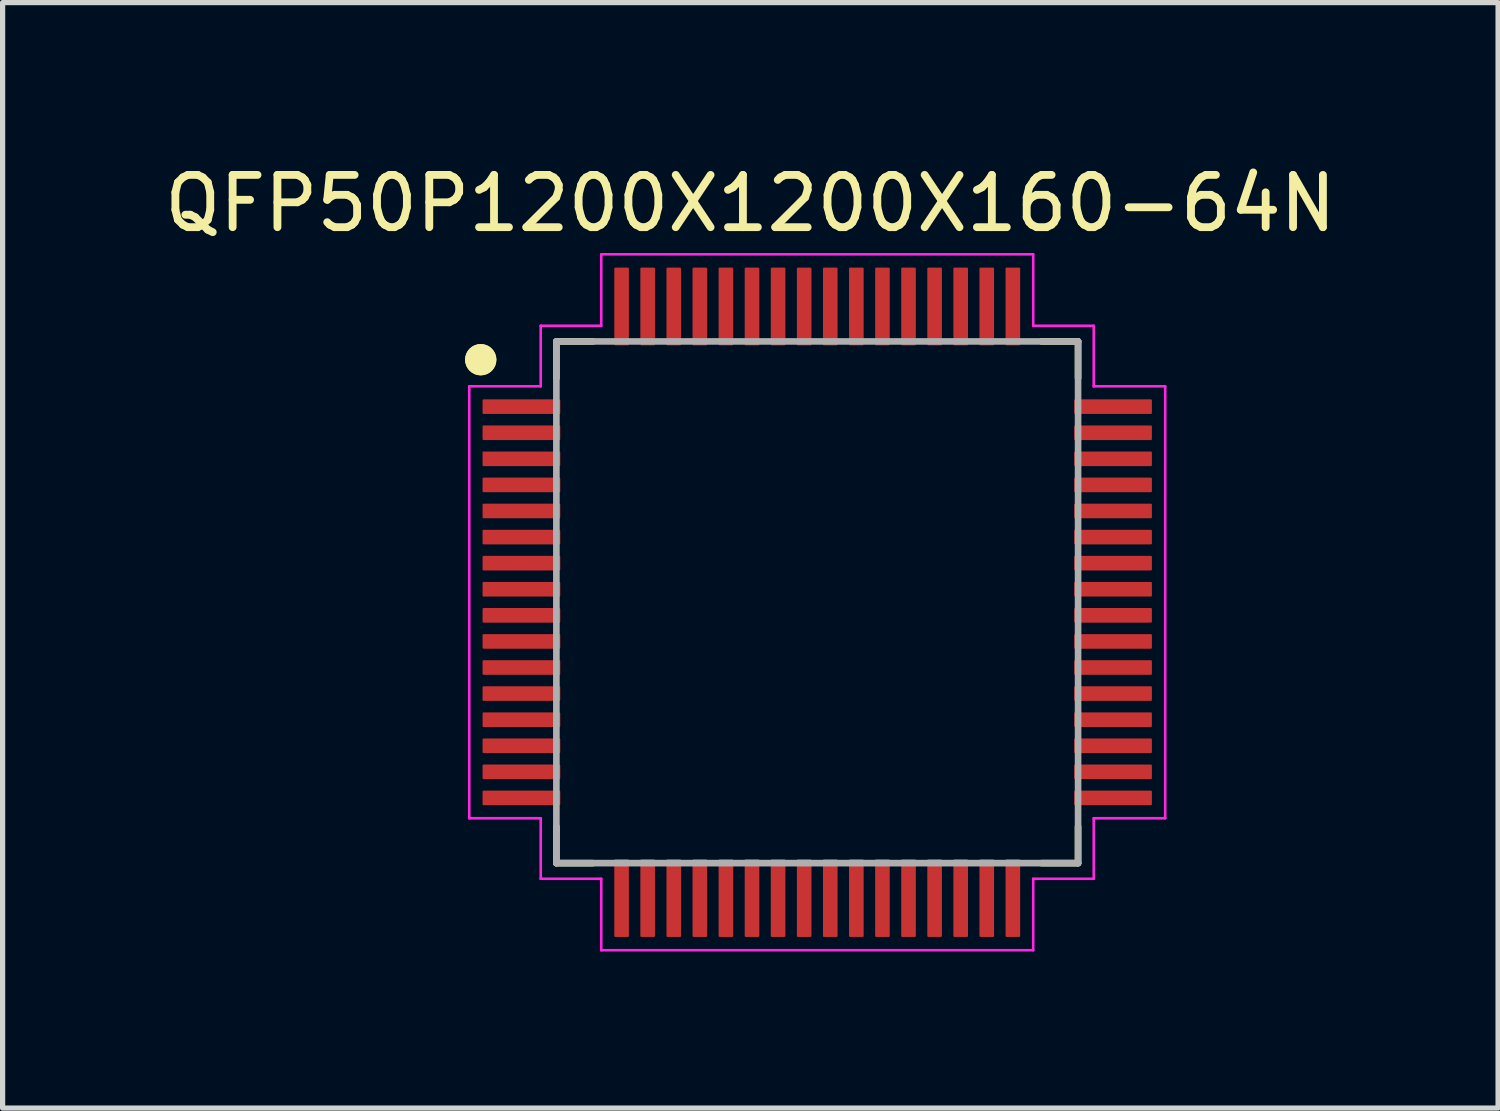
<source format=kicad_pcb>
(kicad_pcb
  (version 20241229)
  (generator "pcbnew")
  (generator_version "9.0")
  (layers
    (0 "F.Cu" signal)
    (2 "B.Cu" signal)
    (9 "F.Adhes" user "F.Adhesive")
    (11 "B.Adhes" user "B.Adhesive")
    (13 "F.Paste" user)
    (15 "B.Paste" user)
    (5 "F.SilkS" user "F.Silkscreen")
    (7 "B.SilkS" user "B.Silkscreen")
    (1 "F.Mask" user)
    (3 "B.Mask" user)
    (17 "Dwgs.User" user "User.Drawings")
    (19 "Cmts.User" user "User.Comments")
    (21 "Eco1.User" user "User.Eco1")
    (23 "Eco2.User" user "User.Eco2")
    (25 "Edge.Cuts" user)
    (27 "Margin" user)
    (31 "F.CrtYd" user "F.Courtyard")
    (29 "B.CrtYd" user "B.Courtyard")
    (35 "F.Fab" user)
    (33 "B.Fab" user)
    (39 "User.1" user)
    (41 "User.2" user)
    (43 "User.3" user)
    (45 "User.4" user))
  (footprint "QFP50P1200X1200X160-64N"
    (layer "F.Cu")
    (at 12.615 8.495)
    (property "Reference" "QFP50P1200X1200X160-64N" (at -1.281 -7.646 0) (layer "F.SilkS") (effects (font (size 1.002 1.002) (thickness 0.15))))
    (attr smd)
    (fp_line (start -5 -5) (end -5 -4.3) (stroke (width 0.127) (type solid)) (layer "F.SilkS"))
    (fp_line (start -5 4.3) (end -5 5) (stroke (width 0.127) (type solid)) (layer "F.SilkS"))
    (fp_line (start -5 5) (end -4.3 5) (stroke (width 0.127) (type solid)) (layer "F.SilkS"))
    (fp_line (start -4.3 -5) (end -5 -5) (stroke (width 0.127) (type solid)) (layer "F.SilkS"))
    (fp_line (start 4.3 -5) (end 5 -5) (stroke (width 0.127) (type solid)) (layer "F.SilkS"))
    (fp_line (start 5 -5) (end 5 -4.3) (stroke (width 0.127) (type solid)) (layer "F.SilkS"))
    (fp_line (start 5 4.3) (end 5 5) (stroke (width 0.127) (type solid)) (layer "F.SilkS"))
    (fp_line (start 5 5) (end 4.3 5) (stroke (width 0.127) (type solid)) (layer "F.SilkS"))
    (fp_circle (center -6.45 -4.65) (end -6.4 -4.65) (stroke (width 0.127) (type solid)) (fill no) (layer "F.SilkS"))
    (fp_circle (center -6.45 -4.65) (end -6.3 -4.65) (stroke (width 0.3) (type solid)) (fill no) (layer "F.SilkS"))
    (fp_circle (center -6.45 -4.65) (end -6.3 -4.65) (stroke (width 0.3) (type solid)) (fill no) (layer "F.SilkS"))
    (fp_line (start -6.67 -4.14) (end -5.3 -4.14) (stroke (width 0.05) (type solid)) (layer "F.CrtYd"))
    (fp_line (start -6.67 4.14) (end -6.67 -4.14) (stroke (width 0.05) (type solid)) (layer "F.CrtYd"))
    (fp_line (start -5.3 -5.3) (end -4.14 -5.3) (stroke (width 0.05) (type solid)) (layer "F.CrtYd"))
    (fp_line (start -5.3 -4.14) (end -5.3 -5.3) (stroke (width 0.05) (type solid)) (layer "F.CrtYd"))
    (fp_line (start -5.3 4.14) (end -6.67 4.14) (stroke (width 0.05) (type solid)) (layer "F.CrtYd"))
    (fp_line (start -5.3 5.3) (end -5.3 4.14) (stroke (width 0.05) (type solid)) (layer "F.CrtYd"))
    (fp_line (start -4.14 -6.67) (end 4.14 -6.67) (stroke (width 0.05) (type solid)) (layer "F.CrtYd"))
    (fp_line (start -4.14 -5.3) (end -4.14 -6.67) (stroke (width 0.05) (type solid)) (layer "F.CrtYd"))
    (fp_line (start -4.14 5.3) (end -5.3 5.3) (stroke (width 0.05) (type solid)) (layer "F.CrtYd"))
    (fp_line (start -4.14 6.67) (end -4.14 5.3) (stroke (width 0.05) (type solid)) (layer "F.CrtYd"))
    (fp_line (start 4.14 -6.67) (end 4.14 -5.3) (stroke (width 0.05) (type solid)) (layer "F.CrtYd"))
    (fp_line (start 4.14 -5.3) (end 5.3 -5.3) (stroke (width 0.05) (type solid)) (layer "F.CrtYd"))
    (fp_line (start 4.14 5.3) (end 4.14 6.67) (stroke (width 0.05) (type solid)) (layer "F.CrtYd"))
    (fp_line (start 4.14 6.67) (end -4.14 6.67) (stroke (width 0.05) (type solid)) (layer "F.CrtYd"))
    (fp_line (start 5.3 -5.3) (end 5.3 -4.14) (stroke (width 0.05) (type solid)) (layer "F.CrtYd"))
    (fp_line (start 5.3 -4.14) (end 6.67 -4.14) (stroke (width 0.05) (type solid)) (layer "F.CrtYd"))
    (fp_line (start 5.3 4.14) (end 5.3 5.3) (stroke (width 0.05) (type solid)) (layer "F.CrtYd"))
    (fp_line (start 5.3 5.3) (end 4.14 5.3) (stroke (width 0.05) (type solid)) (layer "F.CrtYd"))
    (fp_line (start 6.67 -4.14) (end 6.67 4.14) (stroke (width 0.05) (type solid)) (layer "F.CrtYd"))
    (fp_line (start 6.67 4.14) (end 5.3 4.14) (stroke (width 0.05) (type solid)) (layer "F.CrtYd"))
    (fp_line (start -5 -5) (end 5 -5) (stroke (width 0.127) (type solid)) (layer "F.Fab"))
    (fp_line (start -5 5) (end -5 -5) (stroke (width 0.127) (type solid)) (layer "F.Fab"))
    (fp_line (start 5 -5) (end 5 5) (stroke (width 0.127) (type solid)) (layer "F.Fab"))
    (fp_line (start 5 5) (end -5 5) (stroke (width 0.127) (type solid)) (layer "F.Fab"))
    (pad "1" smd roundrect (at -5.67 -3.75) (size 1.49 0.28) (layers "F.Cu" "F.Mask" "F.Paste") (roundrect_rratio 0.07))
    (pad "2" smd roundrect (at -5.67 -3.25) (size 1.49 0.28) (layers "F.Cu" "F.Mask" "F.Paste") (roundrect_rratio 0.07))
    (pad "3" smd roundrect (at -5.67 -2.75) (size 1.49 0.28) (layers "F.Cu" "F.Mask" "F.Paste") (roundrect_rratio 0.07))
    (pad "4" smd roundrect (at -5.67 -2.25) (size 1.49 0.28) (layers "F.Cu" "F.Mask" "F.Paste") (roundrect_rratio 0.07))
    (pad "5" smd roundrect (at -5.67 -1.75) (size 1.49 0.28) (layers "F.Cu" "F.Mask" "F.Paste") (roundrect_rratio 0.07))
    (pad "6" smd roundrect (at -5.67 -1.25) (size 1.49 0.28) (layers "F.Cu" "F.Mask" "F.Paste") (roundrect_rratio 0.07))
    (pad "7" smd roundrect (at -5.67 -0.75) (size 1.49 0.28) (layers "F.Cu" "F.Mask" "F.Paste") (roundrect_rratio 0.07))
    (pad "8" smd roundrect (at -5.67 -0.25) (size 1.49 0.28) (layers "F.Cu" "F.Mask" "F.Paste") (roundrect_rratio 0.07))
    (pad "9" smd roundrect (at -5.67 0.25) (size 1.49 0.28) (layers "F.Cu" "F.Mask" "F.Paste") (roundrect_rratio 0.07))
    (pad "10" smd roundrect (at -5.67 0.75) (size 1.49 0.28) (layers "F.Cu" "F.Mask" "F.Paste") (roundrect_rratio 0.07))
    (pad "11" smd roundrect (at -5.67 1.25) (size 1.49 0.28) (layers "F.Cu" "F.Mask" "F.Paste") (roundrect_rratio 0.07))
    (pad "12" smd roundrect (at -5.67 1.75) (size 1.49 0.28) (layers "F.Cu" "F.Mask" "F.Paste") (roundrect_rratio 0.07))
    (pad "13" smd roundrect (at -5.67 2.25) (size 1.49 0.28) (layers "F.Cu" "F.Mask" "F.Paste") (roundrect_rratio 0.07))
    (pad "14" smd roundrect (at -5.67 2.75) (size 1.49 0.28) (layers "F.Cu" "F.Mask" "F.Paste") (roundrect_rratio 0.07))
    (pad "15" smd roundrect (at -5.67 3.25) (size 1.49 0.28) (layers "F.Cu" "F.Mask" "F.Paste") (roundrect_rratio 0.07))
    (pad "16" smd roundrect (at -5.67 3.75) (size 1.49 0.28) (layers "F.Cu" "F.Mask" "F.Paste") (roundrect_rratio 0.07))
    (pad "17" smd roundrect (at -3.75 5.67 90) (size 1.49 0.28) (layers "F.Cu" "F.Mask" "F.Paste") (roundrect_rratio 0.07))
    (pad "18" smd roundrect (at -3.25 5.67 90) (size 1.49 0.28) (layers "F.Cu" "F.Mask" "F.Paste") (roundrect_rratio 0.07))
    (pad "19" smd roundrect (at -2.75 5.67 90) (size 1.49 0.28) (layers "F.Cu" "F.Mask" "F.Paste") (roundrect_rratio 0.07))
    (pad "20" smd roundrect (at -2.25 5.67 90) (size 1.49 0.28) (layers "F.Cu" "F.Mask" "F.Paste") (roundrect_rratio 0.07))
    (pad "21" smd roundrect (at -1.75 5.67 90) (size 1.49 0.28) (layers "F.Cu" "F.Mask" "F.Paste") (roundrect_rratio 0.07))
    (pad "22" smd roundrect (at -1.25 5.67 90) (size 1.49 0.28) (layers "F.Cu" "F.Mask" "F.Paste") (roundrect_rratio 0.07))
    (pad "23" smd roundrect (at -0.75 5.67 90) (size 1.49 0.28) (layers "F.Cu" "F.Mask" "F.Paste") (roundrect_rratio 0.07))
    (pad "24" smd roundrect (at -0.25 5.67 90) (size 1.49 0.28) (layers "F.Cu" "F.Mask" "F.Paste") (roundrect_rratio 0.07))
    (pad "25" smd roundrect (at 0.25 5.67 90) (size 1.49 0.28) (layers "F.Cu" "F.Mask" "F.Paste") (roundrect_rratio 0.07))
    (pad "26" smd roundrect (at 0.75 5.67 90) (size 1.49 0.28) (layers "F.Cu" "F.Mask" "F.Paste") (roundrect_rratio 0.07))
    (pad "27" smd roundrect (at 1.25 5.67 90) (size 1.49 0.28) (layers "F.Cu" "F.Mask" "F.Paste") (roundrect_rratio 0.07))
    (pad "28" smd roundrect (at 1.75 5.67 90) (size 1.49 0.28) (layers "F.Cu" "F.Mask" "F.Paste") (roundrect_rratio 0.07))
    (pad "29" smd roundrect (at 2.25 5.67 90) (size 1.49 0.28) (layers "F.Cu" "F.Mask" "F.Paste") (roundrect_rratio 0.07))
    (pad "30" smd roundrect (at 2.75 5.67 90) (size 1.49 0.28) (layers "F.Cu" "F.Mask" "F.Paste") (roundrect_rratio 0.07))
    (pad "31" smd roundrect (at 3.25 5.67 90) (size 1.49 0.28) (layers "F.Cu" "F.Mask" "F.Paste") (roundrect_rratio 0.07))
    (pad "32" smd roundrect (at 3.75 5.67 90) (size 1.49 0.28) (layers "F.Cu" "F.Mask" "F.Paste") (roundrect_rratio 0.07))
    (pad "33" smd roundrect (at 5.67 3.75 180) (size 1.49 0.28) (layers "F.Cu" "F.Mask" "F.Paste") (roundrect_rratio 0.07))
    (pad "34" smd roundrect (at 5.67 3.25 180) (size 1.49 0.28) (layers "F.Cu" "F.Mask" "F.Paste") (roundrect_rratio 0.07))
    (pad "35" smd roundrect (at 5.67 2.75 180) (size 1.49 0.28) (layers "F.Cu" "F.Mask" "F.Paste") (roundrect_rratio 0.07))
    (pad "36" smd roundrect (at 5.67 2.25 180) (size 1.49 0.28) (layers "F.Cu" "F.Mask" "F.Paste") (roundrect_rratio 0.07))
    (pad "37" smd roundrect (at 5.67 1.75 180) (size 1.49 0.28) (layers "F.Cu" "F.Mask" "F.Paste") (roundrect_rratio 0.07))
    (pad "38" smd roundrect (at 5.67 1.25 180) (size 1.49 0.28) (layers "F.Cu" "F.Mask" "F.Paste") (roundrect_rratio 0.07))
    (pad "39" smd roundrect (at 5.67 0.75 180) (size 1.49 0.28) (layers "F.Cu" "F.Mask" "F.Paste") (roundrect_rratio 0.07))
    (pad "40" smd roundrect (at 5.67 0.25 180) (size 1.49 0.28) (layers "F.Cu" "F.Mask" "F.Paste") (roundrect_rratio 0.07))
    (pad "41" smd roundrect (at 5.67 -0.25 180) (size 1.49 0.28) (layers "F.Cu" "F.Mask" "F.Paste") (roundrect_rratio 0.07))
    (pad "42" smd roundrect (at 5.67 -0.75 180) (size 1.49 0.28) (layers "F.Cu" "F.Mask" "F.Paste") (roundrect_rratio 0.07))
    (pad "43" smd roundrect (at 5.67 -1.25 180) (size 1.49 0.28) (layers "F.Cu" "F.Mask" "F.Paste") (roundrect_rratio 0.07))
    (pad "44" smd roundrect (at 5.67 -1.75 180) (size 1.49 0.28) (layers "F.Cu" "F.Mask" "F.Paste") (roundrect_rratio 0.07))
    (pad "45" smd roundrect (at 5.67 -2.25 180) (size 1.49 0.28) (layers "F.Cu" "F.Mask" "F.Paste") (roundrect_rratio 0.07))
    (pad "46" smd roundrect (at 5.67 -2.75 180) (size 1.49 0.28) (layers "F.Cu" "F.Mask" "F.Paste") (roundrect_rratio 0.07))
    (pad "47" smd roundrect (at 5.67 -3.25 180) (size 1.49 0.28) (layers "F.Cu" "F.Mask" "F.Paste") (roundrect_rratio 0.07))
    (pad "48" smd roundrect (at 5.67 -3.75 180) (size 1.49 0.28) (layers "F.Cu" "F.Mask" "F.Paste") (roundrect_rratio 0.07))
    (pad "49" smd roundrect (at 3.75 -5.67 90) (size 1.49 0.28) (layers "F.Cu" "F.Mask" "F.Paste") (roundrect_rratio 0.07))
    (pad "50" smd roundrect (at 3.25 -5.67 90) (size 1.49 0.28) (layers "F.Cu" "F.Mask" "F.Paste") (roundrect_rratio 0.07))
    (pad "51" smd roundrect (at 2.75 -5.67 90) (size 1.49 0.28) (layers "F.Cu" "F.Mask" "F.Paste") (roundrect_rratio 0.07))
    (pad "52" smd roundrect (at 2.25 -5.67 90) (size 1.49 0.28) (layers "F.Cu" "F.Mask" "F.Paste") (roundrect_rratio 0.07))
    (pad "53" smd roundrect (at 1.75 -5.67 90) (size 1.49 0.28) (layers "F.Cu" "F.Mask" "F.Paste") (roundrect_rratio 0.07))
    (pad "54" smd roundrect (at 1.25 -5.67 90) (size 1.49 0.28) (layers "F.Cu" "F.Mask" "F.Paste") (roundrect_rratio 0.07))
    (pad "55" smd roundrect (at 0.75 -5.67 90) (size 1.49 0.28) (layers "F.Cu" "F.Mask" "F.Paste") (roundrect_rratio 0.07))
    (pad "56" smd roundrect (at 0.25 -5.67 90) (size 1.49 0.28) (layers "F.Cu" "F.Mask" "F.Paste") (roundrect_rratio 0.07))
    (pad "57" smd roundrect (at -0.25 -5.67 90) (size 1.49 0.28) (layers "F.Cu" "F.Mask" "F.Paste") (roundrect_rratio 0.07))
    (pad "58" smd roundrect (at -0.75 -5.67 90) (size 1.49 0.28) (layers "F.Cu" "F.Mask" "F.Paste") (roundrect_rratio 0.07))
    (pad "59" smd roundrect (at -1.25 -5.67 90) (size 1.49 0.28) (layers "F.Cu" "F.Mask" "F.Paste") (roundrect_rratio 0.07))
    (pad "60" smd roundrect (at -1.75 -5.67 90) (size 1.49 0.28) (layers "F.Cu" "F.Mask" "F.Paste") (roundrect_rratio 0.07))
    (pad "61" smd roundrect (at -2.25 -5.67 90) (size 1.49 0.28) (layers "F.Cu" "F.Mask" "F.Paste") (roundrect_rratio 0.07))
    (pad "62" smd roundrect (at -2.75 -5.67 90) (size 1.49 0.28) (layers "F.Cu" "F.Mask" "F.Paste") (roundrect_rratio 0.07))
    (pad "63" smd roundrect (at -3.25 -5.67 90) (size 1.49 0.28) (layers "F.Cu" "F.Mask" "F.Paste") (roundrect_rratio 0.07))
    (pad "64" smd roundrect (at -3.75 -5.67 90) (size 1.49 0.28) (layers "F.Cu" "F.Mask" "F.Paste") (roundrect_rratio 0.07)))
  (gr_rect
    (start -3 -3)
    (end 25.666 18.19)
    (stroke (width 0.1) (type default))
    (fill no)
    (layer "Edge.Cuts")))
</source>
